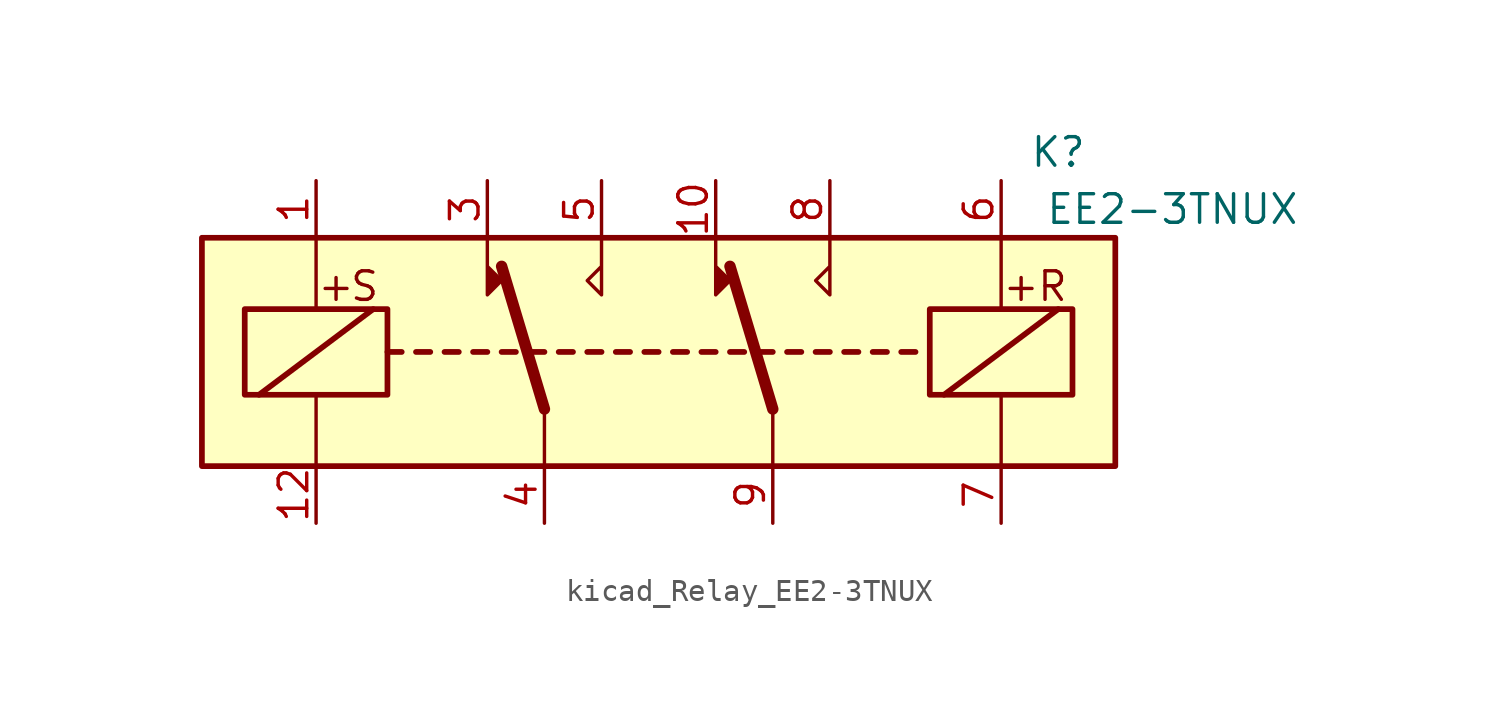
<source format=kicad_sym>
(kicad_symbol_lib
  (version 20220914)
  (generator kicad_symbol_editor)
  (symbol "kicad_Relay_EE2-3TNUX"
    (property "Reference" "K"
      (at 17.78 8.89 0)
      (effects (font (size 1.27 1.27))))
    (property "Value" "EE2-3TNUX"
      (at 22.86 6.35 0)
      (effects (font (size 1.27 1.27))))
    (symbol "kicad_Relay_EE2-3TNUX_1_1"
      (rectangle (start -20.32 5.08) (end 20.32 -5.08) (stroke (width 0.254) (type default)) (fill (type background)))
      (rectangle (start -18.415 1.905) (end -12.065 -1.905) (stroke (width 0.254) (type default)) (fill (type none)))
      (polyline (pts (xy -17.78 -1.905) (xy -12.7 1.905)) (stroke (width 0.254) (type default)) (fill (type none)))
      (polyline (pts (xy -15.24 -5.08) (xy -15.24 -1.905)) (stroke (width 0) (type default)) (fill (type none)))
      (polyline (pts (xy -15.24 5.08) (xy -15.24 1.905)) (stroke (width 0) (type default)) (fill (type none)))
      (polyline (pts (xy -12.065 0) (xy -11.43 0)) (stroke (width 0.254) (type default)) (fill (type none)))
      (polyline (pts (xy -10.795 0) (xy -10.16 0)) (stroke (width 0.254) (type default)) (fill (type none)))
      (polyline (pts (xy -9.525 0) (xy -8.89 0)) (stroke (width 0.254) (type default)) (fill (type none)))
      (polyline (pts (xy -8.255 0) (xy -7.62 0)) (stroke (width 0.254) (type default)) (fill (type none)))
      (polyline (pts (xy -6.985 0) (xy -6.35 0)) (stroke (width 0.254) (type default)) (fill (type none)))
      (polyline (pts (xy -5.715 0) (xy -5.08 0)) (stroke (width 0.254) (type default)) (fill (type none)))
      (polyline (pts (xy -5.08 -2.54) (xy -6.985 3.81)) (stroke (width 0.508) (type default)) (fill (type none)))
      (polyline (pts (xy -5.08 -2.54) (xy -5.08 -5.08)) (stroke (width 0) (type default)) (fill (type none)))
      (polyline (pts (xy -4.445 0) (xy -3.81 0)) (stroke (width 0.254) (type default)) (fill (type none)))
      (polyline (pts (xy -3.175 0) (xy -2.54 0)) (stroke (width 0.254) (type default)) (fill (type none)))
      (polyline (pts (xy -1.905 0) (xy -1.27 0)) (stroke (width 0.254) (type default)) (fill (type none)))
      (polyline (pts (xy -0.635 0) (xy 0 0)) (stroke (width 0.254) (type default)) (fill (type none)))
      (polyline (pts (xy 0.635 0) (xy 1.27 0)) (stroke (width 0.254) (type default)) (fill (type none)))
      (polyline (pts (xy 1.905 0) (xy 2.54 0)) (stroke (width 0.254) (type default)) (fill (type none)))
      (polyline (pts (xy 3.175 0) (xy 3.81 0)) (stroke (width 0.254) (type default)) (fill (type none)))
      (polyline (pts (xy 4.445 0) (xy 5.08 0)) (stroke (width 0.254) (type default)) (fill (type none)))
      (polyline (pts (xy 5.08 -2.54) (xy 3.175 3.81)) (stroke (width 0.508) (type default)) (fill (type none)))
      (polyline (pts (xy 5.08 -2.54) (xy 5.08 -5.08)) (stroke (width 0) (type default)) (fill (type none)))
      (polyline (pts (xy 5.715 0) (xy 6.35 0)) (stroke (width 0.254) (type default)) (fill (type none)))
      (polyline (pts (xy 6.985 0) (xy 7.62 0)) (stroke (width 0.254) (type default)) (fill (type none)))
      (polyline (pts (xy 8.255 0) (xy 8.89 0)) (stroke (width 0.254) (type default)) (fill (type none)))
      (polyline (pts (xy 9.525 0) (xy 10.16 0)) (stroke (width 0.254) (type default)) (fill (type none)))
      (polyline (pts (xy 10.795 0) (xy 11.43 0)) (stroke (width 0.254) (type default)) (fill (type none)))
      (polyline (pts (xy 12.7 -1.905) (xy 17.78 1.905)) (stroke (width 0.254) (type default)) (fill (type none)))
      (polyline (pts (xy 15.24 -5.08) (xy 15.24 -1.905)) (stroke (width 0) (type default)) (fill (type none)))
      (polyline (pts (xy 15.24 5.08) (xy 15.24 1.905)) (stroke (width 0) (type default)) (fill (type none)))
      (polyline (pts (xy -7.62 5.08) (xy -7.62 2.54) (xy -6.985 3.175) (xy -7.62 3.81)) (stroke (width 0) (type default)) (fill (type outline)))
      (polyline (pts (xy -2.54 5.08) (xy -2.54 2.54) (xy -3.175 3.175) (xy -2.54 3.81)) (stroke (width 0) (type default)) (fill (type none)))
      (polyline (pts (xy 2.54 5.08) (xy 2.54 2.54) (xy 3.175 3.175) (xy 2.54 3.81)) (stroke (width 0) (type default)) (fill (type outline)))
      (polyline (pts (xy 7.62 5.08) (xy 7.62 2.54) (xy 6.985 3.175) (xy 7.62 3.81)) (stroke (width 0) (type default)) (fill (type none)))
      (rectangle (start 12.065 1.905) (end 18.415 -1.905) (stroke (width 0.254) (type default)) (fill (type none)))
      (text "+" (at -14.351 2.921 0) (effects (font (size 1.27 1.27))))
      (text "+" (at 16.129 2.921 0) (effects (font (size 1.27 1.27))))
      (text "R" (at 17.526 2.921 0) (effects (font (size 1.27 1.27))))
      (text "S" (at -13.081 2.921 0) (effects (font (size 1.27 1.27))))
      (pin passive line (at -15.24 7.62 270) (length 2.54) (name "~" (effects (font (size 1.27 1.27)))) (number "1" (effects (font (size 1.27 1.27)))))
      (pin passive line (at 2.54 7.62 270) (length 2.54) (name "~" (effects (font (size 1.27 1.27)))) (number "10" (effects (font (size 1.27 1.27)))))
      (pin passive line (at -15.24 -7.62 90) (length 2.54) (name "~" (effects (font (size 1.27 1.27)))) (number "12" (effects (font (size 1.27 1.27)))))
      (pin passive line (at -7.62 7.62 270) (length 2.54) (name "~" (effects (font (size 1.27 1.27)))) (number "3" (effects (font (size 1.27 1.27)))))
      (pin passive line (at -5.08 -7.62 90) (length 2.54) (name "~" (effects (font (size 1.27 1.27)))) (number "4" (effects (font (size 1.27 1.27)))))
      (pin passive line (at -2.54 7.62 270) (length 2.54) (name "~" (effects (font (size 1.27 1.27)))) (number "5" (effects (font (size 1.27 1.27)))))
      (pin passive line (at 15.24 7.62 270) (length 2.54) (name "~" (effects (font (size 1.27 1.27)))) (number "6" (effects (font (size 1.27 1.27)))))
      (pin passive line (at 15.24 -7.62 90) (length 2.54) (name "~" (effects (font (size 1.27 1.27)))) (number "7" (effects (font (size 1.27 1.27)))))
      (pin passive line (at 7.62 7.62 270) (length 2.54) (name "~" (effects (font (size 1.27 1.27)))) (number "8" (effects (font (size 1.27 1.27)))))
      (pin passive line (at 5.08 -7.62 90) (length 2.54) (name "~" (effects (font (size 1.27 1.27)))) (number "9" (effects (font (size 1.27 1.27))))))))
</source>
